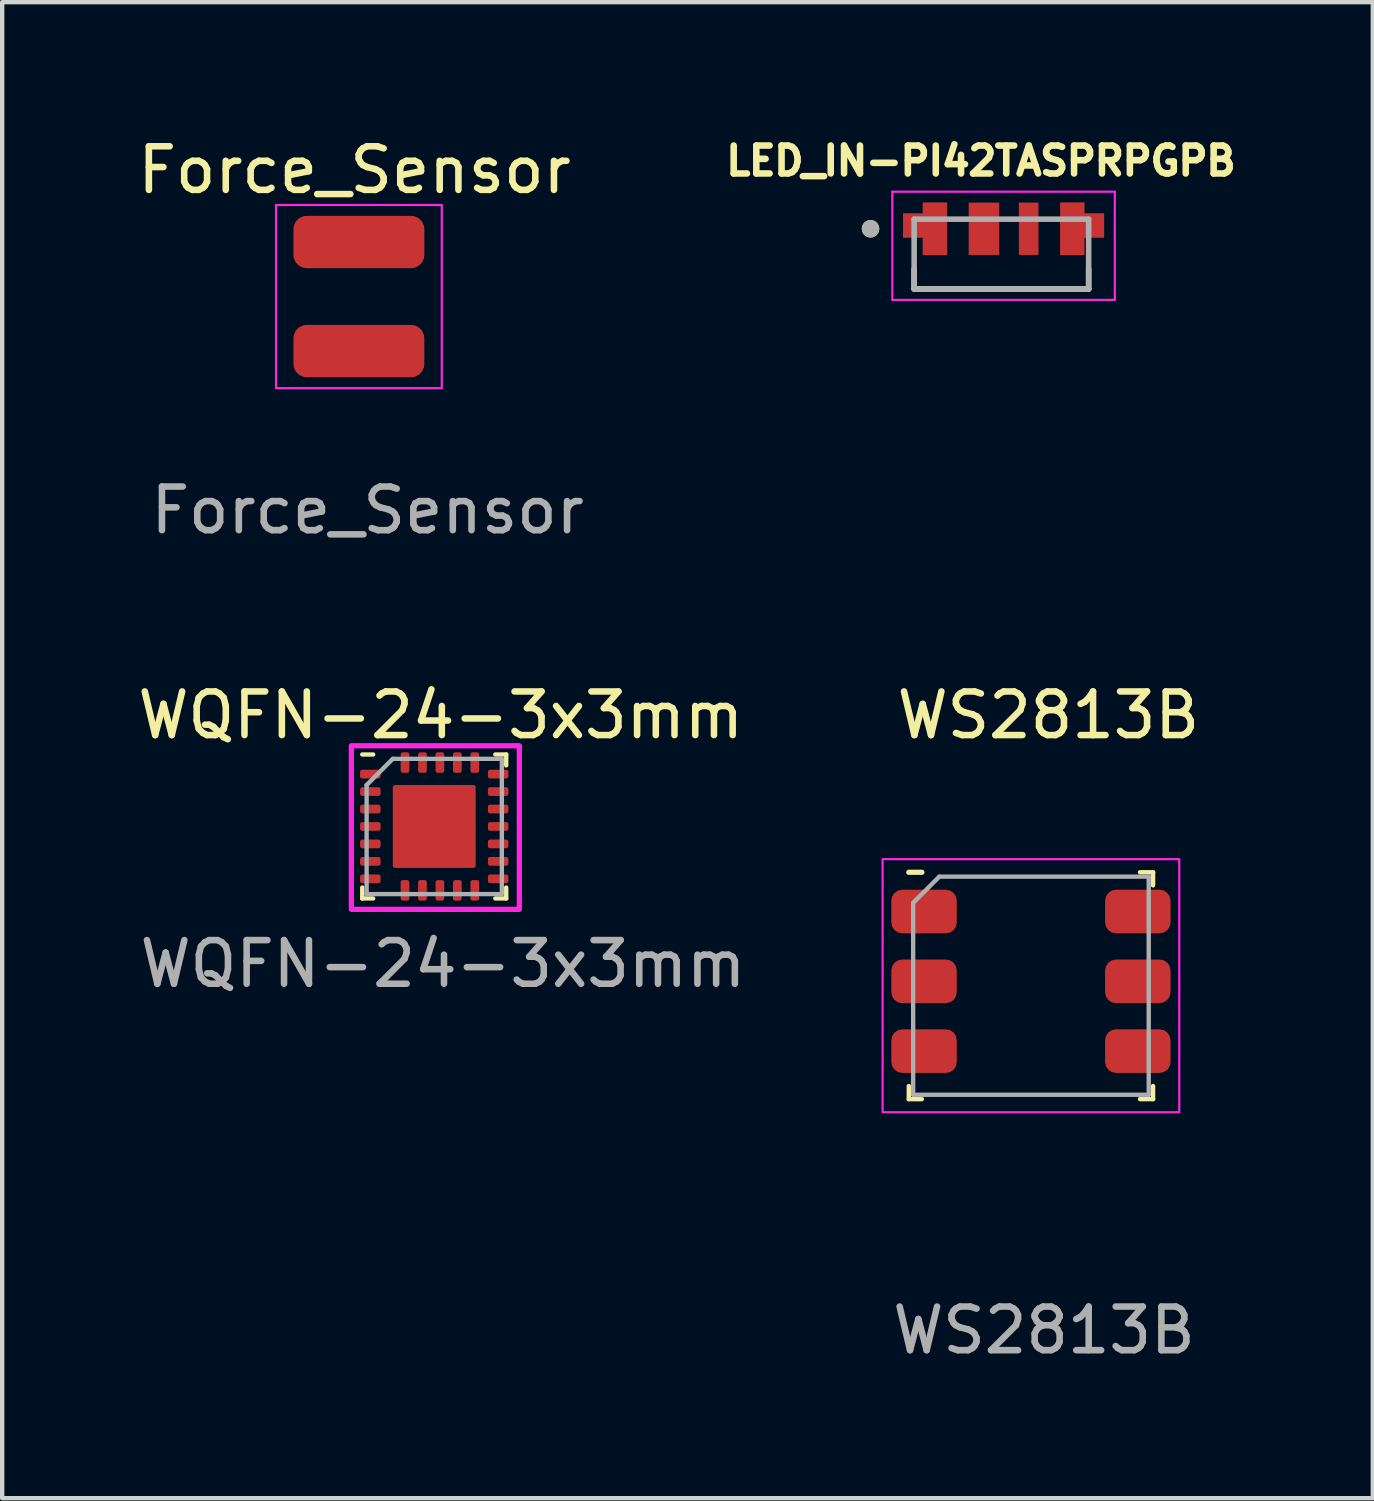
<source format=kicad_pcb>
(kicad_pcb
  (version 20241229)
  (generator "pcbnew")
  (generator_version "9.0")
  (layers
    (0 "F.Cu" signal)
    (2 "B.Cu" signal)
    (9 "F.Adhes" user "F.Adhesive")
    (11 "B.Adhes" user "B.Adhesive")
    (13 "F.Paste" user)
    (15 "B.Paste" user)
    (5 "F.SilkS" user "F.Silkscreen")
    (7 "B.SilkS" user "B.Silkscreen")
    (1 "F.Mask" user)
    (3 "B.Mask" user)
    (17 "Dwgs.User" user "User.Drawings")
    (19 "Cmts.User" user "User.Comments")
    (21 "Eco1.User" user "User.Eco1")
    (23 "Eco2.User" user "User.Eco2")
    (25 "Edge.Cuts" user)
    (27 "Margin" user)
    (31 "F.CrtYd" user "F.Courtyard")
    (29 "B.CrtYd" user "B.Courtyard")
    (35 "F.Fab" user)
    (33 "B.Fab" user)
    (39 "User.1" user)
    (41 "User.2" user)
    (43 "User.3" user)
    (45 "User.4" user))
  (footprint "Force_Sensor"
    (layer "F.Cu")
    (at 5.177 3.748)
    (property "Reference" "Force_Sensor" (at -0.1 -2.9 0) (unlocked yes) (layer "F.SilkS") (effects (font (size 1 1) (thickness 0.15))))
    (attr smd)
    (fp_rect (start -1.9 -2.1) (end 1.9 2.1) (stroke (width 0.05) (type solid)) (fill no) (layer "F.CrtYd"))
    (fp_text user "${REFERENCE}" (at 0.2 4.9 0) (unlocked yes) (layer "F.Fab") (effects (font (size 1 1) (thickness 0.15))))
    (pad "1" smd roundrect (at 0 -1.25) (size 3 1.2) (layers "F.Cu" "F.Mask" "F.Paste") (roundrect_rratio 0.25))
    (pad "2" smd roundrect (at 0 1.25) (size 3 1.2) (layers "F.Cu" "F.Mask" "F.Paste") (roundrect_rratio 0.25)))
  (footprint "LED_IN-PI42TASPRPGPB"
    (layer "F.Cu")
    (at 19.905 2.774)
    (property "Reference" "LED_IN-PI42TASPRPGPB" (at -0.468 -2.136 0) (layer "F.SilkS") (effects (font (size 0.64 0.64) (thickness 0.15))))
    (attr smd)
    (fp_poly (pts (xy -1.85 -1.23) (xy -1.2 -1.23) (xy -1.2 0.07) (xy -1.85 0.07) (xy -1.85 -0.33) (xy -2.3 -0.33) (xy -2.3 -0.98) (xy -1.85 -0.98)) (stroke (width 0.01) (type solid)) (fill yes) (layer "F.Mask"))
    (fp_poly (pts (xy 1.95 0.07) (xy 1.3 0.07) (xy 1.3 -1.23) (xy 1.95 -1.23) (xy 1.95 -0.97) (xy 2.4 -0.97) (xy 2.4 -0.33) (xy 1.95 -0.33)) (stroke (width 0.01) (type solid)) (fill yes) (layer "F.Mask"))
    (fp_line (start -2 0.8) (end -2 0.34) (stroke (width 0.127) (type solid)) (layer "F.SilkS"))
    (fp_line (start 2 0.8) (end -2 0.8) (stroke (width 0.127) (type solid)) (layer "F.SilkS"))
    (fp_line (start 2 0.8) (end 2 0.34) (stroke (width 0.127) (type solid)) (layer "F.SilkS"))
    (fp_circle (center -3 -0.58) (end -2.9 -0.58) (stroke (width 0.2) (type solid)) (fill no) (layer "F.SilkS"))
    (fp_poly (pts (xy -1.8 -1.18) (xy -1.25 -1.18) (xy -1.25 0.02) (xy -1.8 0.02) (xy -1.8 -0.38) (xy -2.25 -0.38) (xy -2.25 -0.93) (xy -1.8 -0.93)) (stroke (width 0.01) (type solid)) (fill yes) (layer "F.Paste"))
    (fp_poly (pts (xy 1.35 -1.18) (xy 1.35 0.02) (xy 1.9 0.02) (xy 1.9 -0.38) (xy 2.35 -0.38) (xy 2.35 -0.93) (xy 1.9 -0.93) (xy 1.9 -1.18)) (stroke (width 0.01) (type solid)) (fill yes) (layer "F.Paste"))
    (fp_line (start -2.5 -1.43) (end -2.5 1.05) (stroke (width 0.05) (type solid)) (layer "F.CrtYd"))
    (fp_line (start -2.5 1.05) (end 2.6 1.05) (stroke (width 0.05) (type solid)) (layer "F.CrtYd"))
    (fp_line (start 2.6 -1.43) (end -2.5 -1.43) (stroke (width 0.05) (type solid)) (layer "F.CrtYd"))
    (fp_line (start 2.6 1.05) (end 2.6 -1.43) (stroke (width 0.05) (type solid)) (layer "F.CrtYd"))
    (fp_line (start -2 -0.8) (end 2 -0.8) (stroke (width 0.127) (type solid)) (layer "F.Fab"))
    (fp_line (start -2 0.8) (end -2 -0.8) (stroke (width 0.127) (type solid)) (layer "F.Fab"))
    (fp_line (start 2 -0.8) (end 2 0.8) (stroke (width 0.127) (type solid)) (layer "F.Fab"))
    (fp_line (start 2 0.8) (end -2 0.8) (stroke (width 0.127) (type solid)) (layer "F.Fab"))
    (fp_circle (center -3 -0.58) (end -2.9 -0.58) (stroke (width 0.2) (type solid)) (fill no) (layer "F.Fab"))
    (pad "1" smd custom (at -1.525 -0.58) (size 0.05 0.05) (layers "F.Cu") (options (anchor rect)) (primitives (gr_poly (pts (xy -0.275 -0.6) (xy 0.275 -0.6) (xy 0.275 0.6) (xy -0.275 0.6) (xy -0.275 0.2) (xy -0.725 0.2) (xy -0.725 -0.35) (xy -0.275 -0.35)) (width 0.01) (fill yes))))
    (pad "2" smd rect (at -0.4 -0.58) (size 0.7 1.2) (layers "F.Cu" "F.Mask" "F.Paste"))
    (pad "3" smd rect (at 0.625 -0.58) (size 0.45 1.2) (layers "F.Cu" "F.Mask" "F.Paste"))
    (pad "4" smd custom (at 1.625 -0.58) (size 0.05 0.05) (layers "F.Cu") (options (anchor rect)) (primitives (gr_poly (pts (xy -0.275 -0.6) (xy -0.275 0.6) (xy 0.275 0.6) (xy 0.275 0.2) (xy 0.725 0.2) (xy 0.725 -0.35) (xy 0.275 -0.35) (xy 0.275 -0.6)) (width 0.01) (fill yes)))))
  (footprint "WQFN-24-3x3mm"
    (layer "F.Cu")
    (at 6.904 15.895)
    (property "Reference" "WQFN-24-3x3mm" (at 0.15 -2.55 0) (unlocked yes) (layer "F.SilkS") (effects (font (size 1 1) (thickness 0.15))))
    (attr smd)
    (fp_line (start -1.65 -1.65) (end -1.4 -1.65) (stroke (width 0.1) (type solid)) (layer "F.SilkS"))
    (fp_line (start -1.65 1.65) (end -1.65 1.4) (stroke (width 0.1) (type solid)) (layer "F.SilkS"))
    (fp_line (start -1.65 1.65) (end -1.4 1.65) (stroke (width 0.1) (type solid)) (layer "F.SilkS"))
    (fp_line (start 1.4 1.65) (end 1.65 1.65) (stroke (width 0.1) (type solid)) (layer "F.SilkS"))
    (fp_line (start 1.65 -1.65) (end 1.4 -1.65) (stroke (width 0.1) (type solid)) (layer "F.SilkS"))
    (fp_line (start 1.65 -1.65) (end 1.65 -1.4) (stroke (width 0.1) (type solid)) (layer "F.SilkS"))
    (fp_line (start 1.65 1.65) (end 1.65 1.4) (stroke (width 0.1) (type solid)) (layer "F.SilkS"))
    (fp_rect (start -1.9 -1.85) (end 1.95 1.9) (stroke (width 0.12) (type solid)) (fill no) (layer "F.CrtYd"))
    (fp_line (start -1.55 -0.95) (end -1.55 1.55) (stroke (width 0.1) (type solid)) (layer "F.Fab"))
    (fp_line (start -1.55 1.55) (end 1.55 1.55) (stroke (width 0.1) (type solid)) (layer "F.Fab"))
    (fp_line (start -0.95 -1.55) (end -1.55 -0.95) (stroke (width 0.1) (type solid)) (layer "F.Fab"))
    (fp_line (start 1.55 -1.55) (end -0.95 -1.55) (stroke (width 0.1) (type solid)) (layer "F.Fab"))
    (fp_line (start 1.55 1.55) (end 1.55 -1.55) (stroke (width 0.1) (type solid)) (layer "F.Fab"))
    (fp_text user "${REFERENCE}" (at 0.2 3.15 0) (unlocked yes) (layer "F.Fab") (effects (font (size 1 1) (thickness 0.15))))
    (pad "" smd roundrect (at 0 0) (size 1.9 1.9) (layers "F.Cu" "F.Mask" "F.Paste") (roundrect_rratio 0.026))
    (pad "1" smd roundrect (at -1.465 -1.2) (size 0.47 0.2) (layers "F.Cu" "F.Mask" "F.Paste") (roundrect_rratio 0.25))
    (pad "2" smd roundrect (at -1.465 -0.8) (size 0.47 0.2) (layers "F.Cu" "F.Mask" "F.Paste") (roundrect_rratio 0.25))
    (pad "3" smd roundrect (at -1.465 -0.4) (size 0.47 0.2) (layers "F.Cu" "F.Mask" "F.Paste") (roundrect_rratio 0.25))
    (pad "4" smd roundrect (at -1.465 0) (size 0.47 0.2) (layers "F.Cu" "F.Mask" "F.Paste") (roundrect_rratio 0.25))
    (pad "5" smd roundrect (at -1.465 0.4) (size 0.47 0.2) (layers "F.Cu" "F.Mask" "F.Paste") (roundrect_rratio 0.25))
    (pad "6" smd roundrect (at -1.465 0.8) (size 0.47 0.2) (layers "F.Cu" "F.Mask" "F.Paste") (roundrect_rratio 0.25))
    (pad "7" smd roundrect (at -1.465 1.2) (size 0.47 0.2) (layers "F.Cu" "F.Mask" "F.Paste") (roundrect_rratio 0.25))
    (pad "8" smd roundrect (at -0.67 1.465 90) (size 0.47 0.2) (layers "F.Cu" "F.Mask" "F.Paste") (roundrect_rratio 0.25))
    (pad "9" smd roundrect (at -0.27 1.465 90) (size 0.47 0.2) (layers "F.Cu" "F.Mask" "F.Paste") (roundrect_rratio 0.25))
    (pad "10" smd roundrect (at 0.13 1.465 90) (size 0.47 0.2) (layers "F.Cu" "F.Mask" "F.Paste") (roundrect_rratio 0.25))
    (pad "11" smd roundrect (at 0.53 1.465 90) (size 0.47 0.2) (layers "F.Cu" "F.Mask" "F.Paste") (roundrect_rratio 0.25))
    (pad "12" smd roundrect (at 0.93 1.465 90) (size 0.47 0.2) (layers "F.Cu" "F.Mask" "F.Paste") (roundrect_rratio 0.25))
    (pad "13" smd roundrect (at 1.465 1.2) (size 0.47 0.2) (layers "F.Cu" "F.Mask" "F.Paste") (roundrect_rratio 0.25))
    (pad "14" smd roundrect (at 1.465 0.8) (size 0.47 0.2) (layers "F.Cu" "F.Mask" "F.Paste") (roundrect_rratio 0.25))
    (pad "15" smd roundrect (at 1.465 0.4) (size 0.47 0.2) (layers "F.Cu" "F.Mask" "F.Paste") (roundrect_rratio 0.25))
    (pad "16" smd roundrect (at 1.465 0) (size 0.47 0.2) (layers "F.Cu" "F.Mask" "F.Paste") (roundrect_rratio 0.25))
    (pad "17" smd roundrect (at 1.465 -0.4) (size 0.47 0.2) (layers "F.Cu" "F.Mask" "F.Paste") (roundrect_rratio 0.25))
    (pad "18" smd roundrect (at 1.465 -0.8) (size 0.47 0.2) (layers "F.Cu" "F.Mask" "F.Paste") (roundrect_rratio 0.25))
    (pad "19" smd roundrect (at 1.465 -1.2) (size 0.47 0.2) (layers "F.Cu" "F.Mask" "F.Paste") (roundrect_rratio 0.25))
    (pad "20" smd roundrect (at 0.93 -1.465 90) (size 0.47 0.2) (layers "F.Cu" "F.Mask" "F.Paste") (roundrect_rratio 0.25))
    (pad "21" smd roundrect (at 0.53 -1.465 90) (size 0.47 0.2) (layers "F.Cu" "F.Mask" "F.Paste") (roundrect_rratio 0.25))
    (pad "22" smd roundrect (at 0.13 -1.465 90) (size 0.47 0.2) (layers "F.Cu" "F.Mask" "F.Paste") (roundrect_rratio 0.25))
    (pad "23" smd roundrect (at -0.27 -1.465 90) (size 0.47 0.2) (layers "F.Cu" "F.Mask" "F.Paste") (roundrect_rratio 0.25))
    (pad "24" smd roundrect (at -0.67 -1.465 90) (size 0.47 0.2) (layers "F.Cu" "F.Mask" "F.Paste") (roundrect_rratio 0.25)))
  (footprint "WS2813B"
    (layer "F.Cu")
    (at 20.582 19.445)
    (property "Reference" "WS2813B" (at 0.4 -6.1 0) (unlocked yes) (layer "F.SilkS") (effects (font (size 1 1) (thickness 0.15))))
    (attr smd)
    (fp_line (start -2.8 -2.5) (end -2.5 -2.5) (stroke (width 0.12) (type solid)) (layer "F.SilkS"))
    (fp_line (start -2.8 2.4) (end -2.8 2.7) (stroke (width 0.1) (type solid)) (layer "F.SilkS"))
    (fp_line (start -2.8 2.7) (end -2.5 2.7) (stroke (width 0.1) (type solid)) (layer "F.SilkS"))
    (fp_line (start 2.5 2.7) (end 2.8 2.7) (stroke (width 0.1) (type solid)) (layer "F.SilkS"))
    (fp_line (start 2.8 -2.5) (end 2.5 -2.5) (stroke (width 0.1) (type solid)) (layer "F.SilkS"))
    (fp_line (start 2.8 -2.5) (end 2.8 -2.2) (stroke (width 0.1) (type solid)) (layer "F.SilkS"))
    (fp_line (start 2.8 2.7) (end 2.8 2.4) (stroke (width 0.1) (type solid)) (layer "F.SilkS"))
    (fp_rect (start -3.4 -2.8) (end 3.4 3) (stroke (width 0.05) (type solid)) (fill no) (layer "F.CrtYd"))
    (fp_line (start -2.7 -1.8) (end -2.1 -2.4) (stroke (width 0.1) (type solid)) (layer "F.Fab"))
    (fp_line (start -2.7 2.6) (end -2.7 -1.8) (stroke (width 0.1) (type solid)) (layer "F.Fab"))
    (fp_line (start -2.7 2.6) (end 2.7 2.6) (stroke (width 0.1) (type solid)) (layer "F.Fab"))
    (fp_line (start -2.1 -2.4) (end 2.7 -2.4) (stroke (width 0.1) (type solid)) (layer "F.Fab"))
    (fp_line (start 2.7 2.6) (end 2.7 -2.4) (stroke (width 0.1) (type solid)) (layer "F.Fab"))
    (fp_text user "${REFERENCE}" (at 0.3 8 0) (unlocked yes) (layer "F.Fab") (effects (font (size 1 1) (thickness 0.15))))
    (pad "1" smd roundrect (at -2.45 -1.6) (size 1.5 1) (layers "F.Cu" "F.Mask" "F.Paste") (roundrect_rratio 0.25))
    (pad "2" smd roundrect (at -2.45 0) (size 1.5 1) (layers "F.Cu" "F.Mask" "F.Paste") (roundrect_rratio 0.25))
    (pad "3" smd roundrect (at -2.45 1.6) (size 1.5 1) (layers "F.Cu" "F.Mask" "F.Paste") (roundrect_rratio 0.25))
    (pad "4" smd roundrect (at 2.45 1.6) (size 1.5 1) (layers "F.Cu" "F.Mask" "F.Paste") (roundrect_rratio 0.25))
    (pad "5" smd roundrect (at 2.45 0) (size 1.5 1) (layers "F.Cu" "F.Mask" "F.Paste") (roundrect_rratio 0.25))
    (pad "6" smd roundrect (at 2.45 -1.6) (size 1.5 1) (layers "F.Cu" "F.Mask" "F.Paste") (roundrect_rratio 0.25)))
  (gr_rect
    (start -3 -3)
    (end 28.419 31.293)
    (stroke (width 0.1) (type default))
    (fill no)
    (layer "Edge.Cuts")))
</source>
